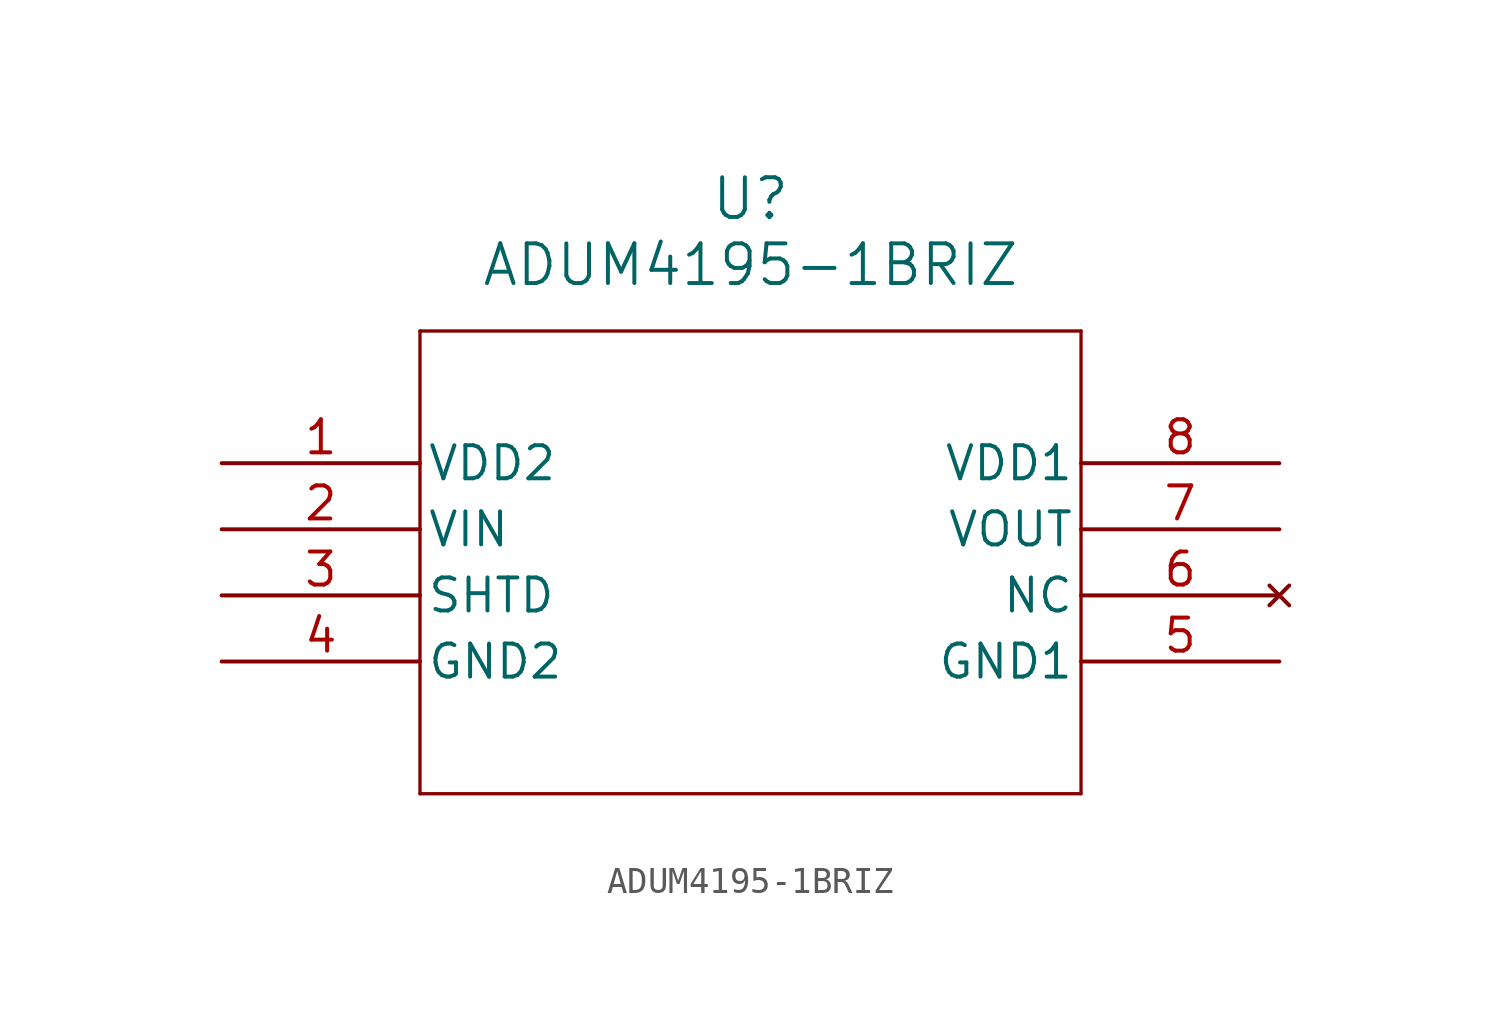
<source format=kicad_sym>
(kicad_symbol_lib
  (version 20211014)
  (generator kicad_symbol_editor)
  (symbol "ADUM4195-1BRIZ"
    (pin_names
      (offset 0.254))
    (property "Reference" "U"
      (at 20.32 10.16 0)
      (effects (font (size 1.524 1.524))))
    (property "Value" "ADUM4195-1BRIZ"
      (at 20.32 7.62 0)
      (effects (font (size 1.524 1.524))))
    (symbol "ADUM4195-1BRIZ_0_1"
      (polyline (pts (xy 7.62 5.08) (xy 7.62 -12.7)) (stroke (width 0.127) (type default) (color 0 0 0 0)) (fill (type none)))
      (polyline (pts (xy 7.62 -12.7) (xy 33.02 -12.7)) (stroke (width 0.127) (type default) (color 0 0 0 0)) (fill (type none)))
      (polyline (pts (xy 33.02 -12.7) (xy 33.02 5.08)) (stroke (width 0.127) (type default) (color 0 0 0 0)) (fill (type none)))
      (polyline (pts (xy 33.02 5.08) (xy 7.62 5.08)) (stroke (width 0.127) (type default) (color 0 0 0 0)) (fill (type none)))
      (pin power_in line (at 0 0 0) (length 7.62) (name "VDD2" (effects (font (size 1.27 1.27)))) (number "1" (effects (font (size 1.27 1.27)))))
      (pin input line (at 0 -2.54 0) (length 7.62) (name "VIN" (effects (font (size 1.27 1.27)))) (number "2" (effects (font (size 1.27 1.27)))))
      (pin input line (at 0 -5.08 0) (length 7.62) (name "SHTD" (effects (font (size 1.27 1.27)))) (number "3" (effects (font (size 1.27 1.27)))))
      (pin power_out line (at 0 -7.62 0) (length 7.62) (name "GND2" (effects (font (size 1.27 1.27)))) (number "4" (effects (font (size 1.27 1.27)))))
      (pin power_out line (at 40.64 -7.62 180) (length 7.62) (name "GND1" (effects (font (size 1.27 1.27)))) (number "5" (effects (font (size 1.27 1.27)))))
      (pin no_connect line (at 40.64 -5.08 180) (length 7.62) (name "NC" (effects (font (size 1.27 1.27)))) (number "6" (effects (font (size 1.27 1.27)))))
      (pin output line (at 40.64 -2.54 180) (length 7.62) (name "VOUT" (effects (font (size 1.27 1.27)))) (number "7" (effects (font (size 1.27 1.27)))))
      (pin power_in line (at 40.64 0 180) (length 7.62) (name "VDD1" (effects (font (size 1.27 1.27)))) (number "8" (effects (font (size 1.27 1.27))))))))
</source>
